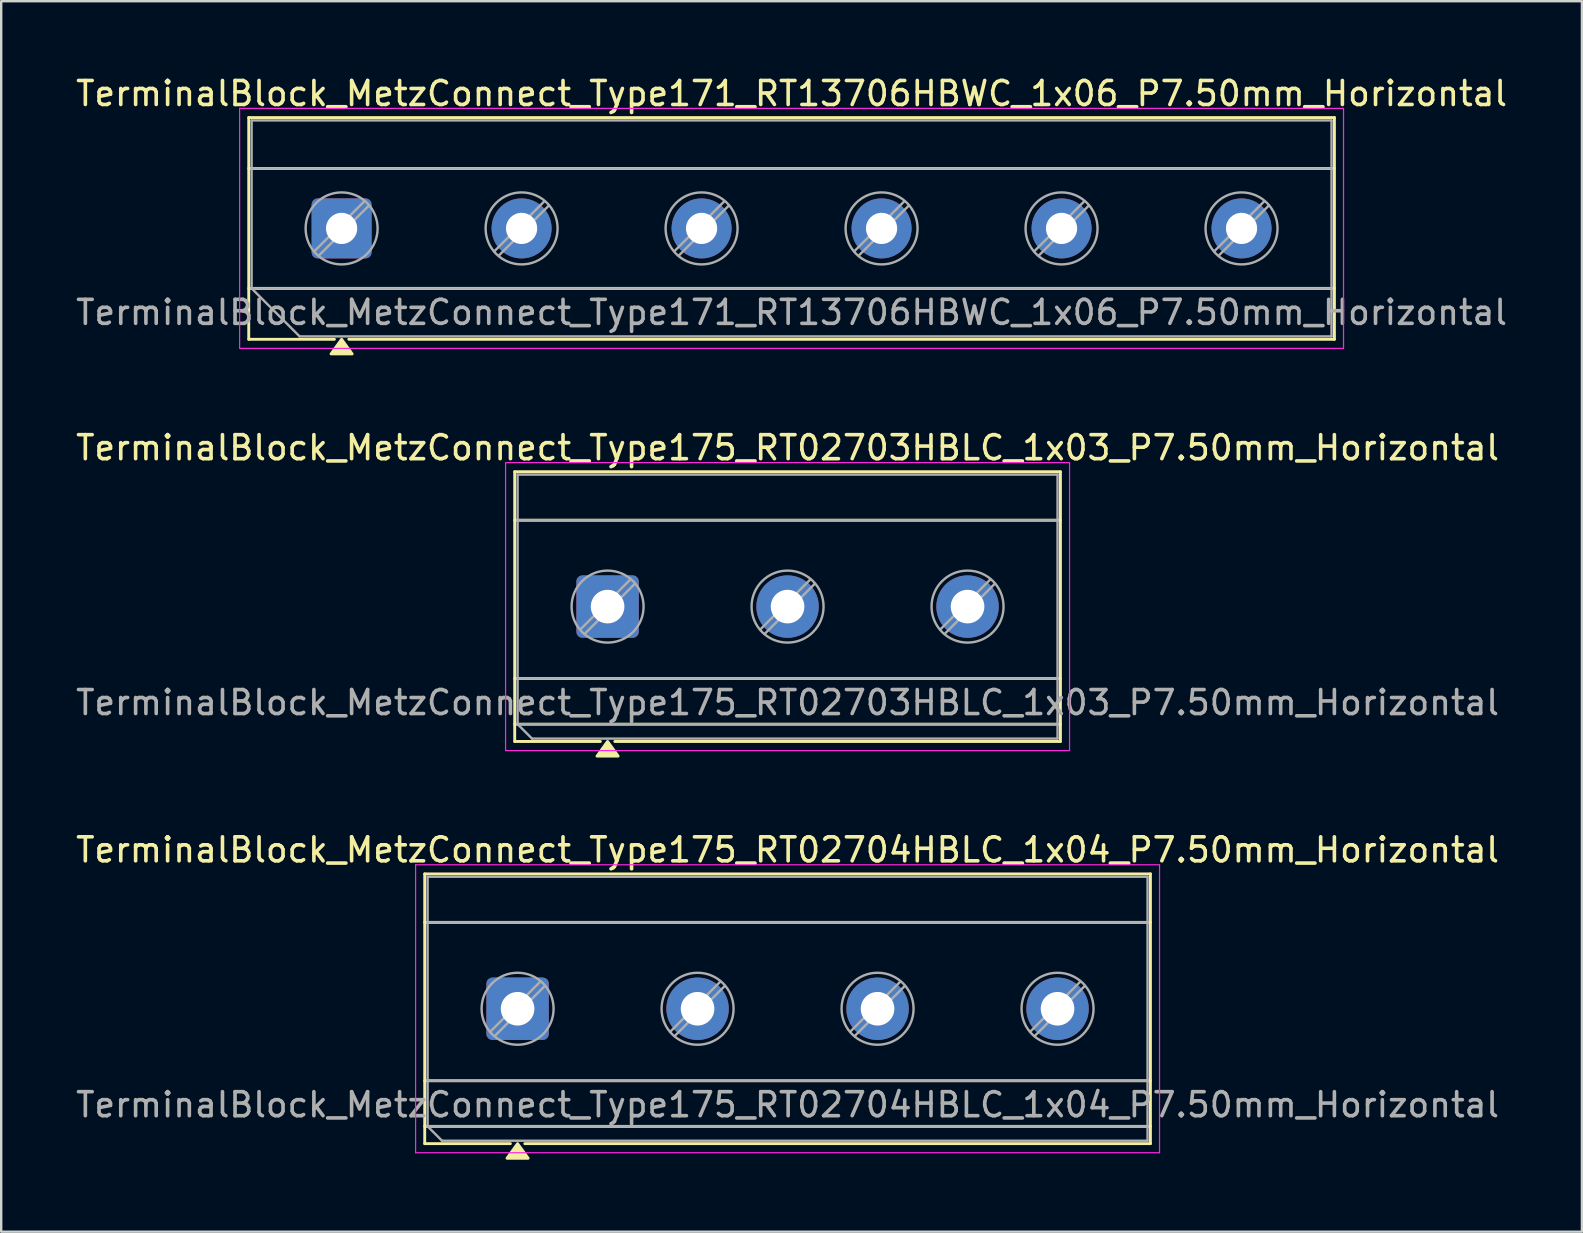
<source format=kicad_pcb>
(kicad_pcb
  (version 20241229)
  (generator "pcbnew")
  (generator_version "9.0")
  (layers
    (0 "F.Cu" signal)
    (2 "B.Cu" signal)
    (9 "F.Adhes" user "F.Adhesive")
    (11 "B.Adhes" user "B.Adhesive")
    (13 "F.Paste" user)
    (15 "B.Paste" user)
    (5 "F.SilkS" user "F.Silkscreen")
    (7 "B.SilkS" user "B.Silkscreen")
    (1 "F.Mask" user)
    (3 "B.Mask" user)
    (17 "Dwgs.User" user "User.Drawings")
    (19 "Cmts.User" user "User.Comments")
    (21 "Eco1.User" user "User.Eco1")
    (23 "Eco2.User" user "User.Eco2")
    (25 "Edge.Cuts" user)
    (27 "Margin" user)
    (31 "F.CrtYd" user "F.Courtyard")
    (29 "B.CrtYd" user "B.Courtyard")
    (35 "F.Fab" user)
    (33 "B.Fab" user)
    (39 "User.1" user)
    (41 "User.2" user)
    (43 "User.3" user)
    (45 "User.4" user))
  (footprint "TerminalBlock_MetzConnect_Type175_RT02704HBLC_1x04_P7.50mm_Horizontal"
    (layer "F.Cu")
    (at 18.518 38.985)
    (property "Reference" "TerminalBlock_MetzConnect_Type175_RT02704HBLC_1x04_P7.50mm_Horizontal" (at 11.25 -6.62 0) (layer "F.SilkS") (effects (font (size 1 1) (thickness 0.15))))
    (attr through_hole)
    (fp_line (start -3.87 -5.62) (end -3.87 5.62) (stroke (width 0.12) (type solid)) (layer "F.SilkS"))
    (fp_line (start -3.87 -5.62) (end 26.37 -5.62) (stroke (width 0.12) (type solid)) (layer "F.SilkS"))
    (fp_line (start -3.87 -3.6) (end 26.37 -3.6) (stroke (width 0.12) (type solid)) (layer "F.SilkS"))
    (fp_line (start -3.87 3) (end 26.37 3) (stroke (width 0.12) (type solid)) (layer "F.SilkS"))
    (fp_line (start -3.87 4.9) (end 26.37 4.9) (stroke (width 0.12) (type solid)) (layer "F.SilkS"))
    (fp_line (start -3.87 5.62) (end -0.3 5.62) (stroke (width 0.12) (type solid)) (layer "F.SilkS"))
    (fp_line (start 0.3 5.62) (end 26.37 5.62) (stroke (width 0.12) (type solid)) (layer "F.SilkS"))
    (fp_line (start 26.37 -5.62) (end 26.37 5.62) (stroke (width 0.12) (type solid)) (layer "F.SilkS"))
    (fp_poly (pts (xy 0 5.62) (xy 0.44 6.23) (xy -0.44 6.23)) (stroke (width 0.12) (type solid)) (fill yes) (layer "F.SilkS"))
    (fp_line (start -4.25 -6) (end -4.25 6) (stroke (width 0.05) (type solid)) (layer "F.CrtYd"))
    (fp_line (start -4.25 6) (end 26.75 6) (stroke (width 0.05) (type solid)) (layer "F.CrtYd"))
    (fp_line (start 26.75 -6) (end -4.25 -6) (stroke (width 0.05) (type solid)) (layer "F.CrtYd"))
    (fp_line (start 26.75 6) (end 26.75 -6) (stroke (width 0.05) (type solid)) (layer "F.CrtYd"))
    (fp_line (start -3.75 -5.5) (end 26.25 -5.5) (stroke (width 0.1) (type solid)) (layer "F.Fab"))
    (fp_line (start -3.75 -3.6) (end 26.25 -3.6) (stroke (width 0.1) (type solid)) (layer "F.Fab"))
    (fp_line (start -3.75 3) (end 26.25 3) (stroke (width 0.1) (type solid)) (layer "F.Fab"))
    (fp_line (start -3.75 4.9) (end -3.75 -5.5) (stroke (width 0.1) (type solid)) (layer "F.Fab"))
    (fp_line (start -3.75 4.9) (end 26.25 4.9) (stroke (width 0.1) (type solid)) (layer "F.Fab"))
    (fp_line (start -3.15 5.5) (end -3.75 4.9) (stroke (width 0.1) (type solid)) (layer "F.Fab"))
    (fp_line (start 0.955 -1.138) (end -1.138 0.954) (stroke (width 0.1) (type solid)) (layer "F.Fab"))
    (fp_line (start 1.138 -0.954) (end -0.955 1.137) (stroke (width 0.1) (type solid)) (layer "F.Fab"))
    (fp_line (start 8.455 -1.138) (end 6.362 0.954) (stroke (width 0.1) (type solid)) (layer "F.Fab"))
    (fp_line (start 8.638 -0.954) (end 6.545 1.137) (stroke (width 0.1) (type solid)) (layer "F.Fab"))
    (fp_line (start 15.955 -1.138) (end 13.862 0.954) (stroke (width 0.1) (type solid)) (layer "F.Fab"))
    (fp_line (start 16.138 -0.954) (end 14.045 1.137) (stroke (width 0.1) (type solid)) (layer "F.Fab"))
    (fp_line (start 23.455 -1.138) (end 21.362 0.954) (stroke (width 0.1) (type solid)) (layer "F.Fab"))
    (fp_line (start 23.638 -0.954) (end 21.545 1.137) (stroke (width 0.1) (type solid)) (layer "F.Fab"))
    (fp_line (start 26.25 -5.5) (end 26.25 5.5) (stroke (width 0.1) (type solid)) (layer "F.Fab"))
    (fp_line (start 26.25 5.5) (end -3.15 5.5) (stroke (width 0.1) (type solid)) (layer "F.Fab"))
    (fp_circle (center 0 0) (end 1.5 0) (stroke (width 0.1) (type solid)) (fill no) (layer "F.Fab"))
    (fp_circle (center 7.5 0) (end 9 0) (stroke (width 0.1) (type solid)) (fill no) (layer "F.Fab"))
    (fp_circle (center 15 0) (end 16.5 0) (stroke (width 0.1) (type solid)) (fill no) (layer "F.Fab"))
    (fp_circle (center 22.5 0) (end 24 0) (stroke (width 0.1) (type solid)) (fill no) (layer "F.Fab"))
    (fp_text user "${REFERENCE}" (at 11.25 4 0) (layer "F.Fab") (effects (font (size 1 1) (thickness 0.15))))
    (pad "1" thru_hole roundrect (at 0 0) (size 2.6 2.6) (drill 1.4) (layers "*.Cu" "*.Mask") (roundrect_rratio 0.096))
    (pad "2" thru_hole circle (at 7.5 0) (size 2.6 2.6) (drill 1.4) (layers "*.Cu" "*.Mask"))
    (pad "3" thru_hole circle (at 15 0) (size 2.6 2.6) (drill 1.4) (layers "*.Cu" "*.Mask"))
    (pad "4" thru_hole circle (at 22.5 0) (size 2.6 2.6) (drill 1.4) (layers "*.Cu" "*.Mask")))
  (footprint "TerminalBlock_MetzConnect_Type171_RT13706HBWC_1x06_P7.50mm_Horizontal"
    (layer "F.Cu")
    (at 11.185 6.468)
    (property "Reference" "TerminalBlock_MetzConnect_Type171_RT13706HBWC_1x06_P7.50mm_Horizontal" (at 18.75 -5.62 0) (layer "F.SilkS") (effects (font (size 1 1) (thickness 0.15))))
    (attr through_hole)
    (fp_line (start -3.87 -4.62) (end -3.87 4.62) (stroke (width 0.12) (type solid)) (layer "F.SilkS"))
    (fp_line (start -3.87 -4.62) (end 41.37 -4.62) (stroke (width 0.12) (type solid)) (layer "F.SilkS"))
    (fp_line (start -3.87 -2.5) (end 41.37 -2.5) (stroke (width 0.12) (type solid)) (layer "F.SilkS"))
    (fp_line (start -3.87 2.5) (end 41.37 2.5) (stroke (width 0.12) (type solid)) (layer "F.SilkS"))
    (fp_line (start -3.87 4.62) (end -0.3 4.62) (stroke (width 0.12) (type solid)) (layer "F.SilkS"))
    (fp_line (start 0.3 4.62) (end 41.37 4.62) (stroke (width 0.12) (type solid)) (layer "F.SilkS"))
    (fp_line (start 41.37 -4.62) (end 41.37 4.62) (stroke (width 0.12) (type solid)) (layer "F.SilkS"))
    (fp_poly (pts (xy 0 4.62) (xy 0.44 5.23) (xy -0.44 5.23)) (stroke (width 0.12) (type solid)) (fill yes) (layer "F.SilkS"))
    (fp_line (start -4.25 -5) (end -4.25 5) (stroke (width 0.05) (type solid)) (layer "F.CrtYd"))
    (fp_line (start -4.25 5) (end 41.75 5) (stroke (width 0.05) (type solid)) (layer "F.CrtYd"))
    (fp_line (start 41.75 -5) (end -4.25 -5) (stroke (width 0.05) (type solid)) (layer "F.CrtYd"))
    (fp_line (start 41.75 5) (end 41.75 -5) (stroke (width 0.05) (type solid)) (layer "F.CrtYd"))
    (fp_line (start -3.75 -4.5) (end 41.25 -4.5) (stroke (width 0.1) (type solid)) (layer "F.Fab"))
    (fp_line (start -3.75 -2.5) (end 41.25 -2.5) (stroke (width 0.1) (type solid)) (layer "F.Fab"))
    (fp_line (start -3.75 2.5) (end -3.75 -4.5) (stroke (width 0.1) (type solid)) (layer "F.Fab"))
    (fp_line (start -3.75 2.5) (end 41.25 2.5) (stroke (width 0.1) (type solid)) (layer "F.Fab"))
    (fp_line (start -1.75 4.5) (end -3.75 2.5) (stroke (width 0.1) (type solid)) (layer "F.Fab"))
    (fp_line (start 0.955 -1.138) (end -1.138 0.954) (stroke (width 0.1) (type solid)) (layer "F.Fab"))
    (fp_line (start 1.138 -0.954) (end -0.955 1.137) (stroke (width 0.1) (type solid)) (layer "F.Fab"))
    (fp_line (start 8.455 -1.138) (end 6.362 0.954) (stroke (width 0.1) (type solid)) (layer "F.Fab"))
    (fp_line (start 8.638 -0.954) (end 6.545 1.137) (stroke (width 0.1) (type solid)) (layer "F.Fab"))
    (fp_line (start 15.955 -1.138) (end 13.862 0.954) (stroke (width 0.1) (type solid)) (layer "F.Fab"))
    (fp_line (start 16.138 -0.954) (end 14.045 1.137) (stroke (width 0.1) (type solid)) (layer "F.Fab"))
    (fp_line (start 23.455 -1.138) (end 21.362 0.954) (stroke (width 0.1) (type solid)) (layer "F.Fab"))
    (fp_line (start 23.638 -0.954) (end 21.545 1.137) (stroke (width 0.1) (type solid)) (layer "F.Fab"))
    (fp_line (start 30.955 -1.138) (end 28.862 0.954) (stroke (width 0.1) (type solid)) (layer "F.Fab"))
    (fp_line (start 31.138 -0.954) (end 29.045 1.137) (stroke (width 0.1) (type solid)) (layer "F.Fab"))
    (fp_line (start 38.455 -1.138) (end 36.362 0.954) (stroke (width 0.1) (type solid)) (layer "F.Fab"))
    (fp_line (start 38.638 -0.954) (end 36.545 1.137) (stroke (width 0.1) (type solid)) (layer "F.Fab"))
    (fp_line (start 41.25 -4.5) (end 41.25 4.5) (stroke (width 0.1) (type solid)) (layer "F.Fab"))
    (fp_line (start 41.25 4.5) (end -1.75 4.5) (stroke (width 0.1) (type solid)) (layer "F.Fab"))
    (fp_circle (center 0 0) (end 1.5 0) (stroke (width 0.1) (type solid)) (fill no) (layer "F.Fab"))
    (fp_circle (center 7.5 0) (end 9 0) (stroke (width 0.1) (type solid)) (fill no) (layer "F.Fab"))
    (fp_circle (center 15 0) (end 16.5 0) (stroke (width 0.1) (type solid)) (fill no) (layer "F.Fab"))
    (fp_circle (center 22.5 0) (end 24 0) (stroke (width 0.1) (type solid)) (fill no) (layer "F.Fab"))
    (fp_circle (center 30 0) (end 31.5 0) (stroke (width 0.1) (type solid)) (fill no) (layer "F.Fab"))
    (fp_circle (center 37.5 0) (end 39 0) (stroke (width 0.1) (type solid)) (fill no) (layer "F.Fab"))
    (fp_text user "${REFERENCE}" (at 18.75 3.5 0) (layer "F.Fab") (effects (font (size 1 1) (thickness 0.15))))
    (pad "1" thru_hole roundrect (at 0 0) (size 2.5 2.5) (drill 1.3) (layers "*.Cu" "*.Mask") (roundrect_rratio 0.1))
    (pad "2" thru_hole circle (at 7.5 0) (size 2.5 2.5) (drill 1.3) (layers "*.Cu" "*.Mask"))
    (pad "3" thru_hole circle (at 15 0) (size 2.5 2.5) (drill 1.3) (layers "*.Cu" "*.Mask"))
    (pad "4" thru_hole circle (at 22.5 0) (size 2.5 2.5) (drill 1.3) (layers "*.Cu" "*.Mask"))
    (pad "5" thru_hole circle (at 30 0) (size 2.5 2.5) (drill 1.3) (layers "*.Cu" "*.Mask"))
    (pad "6" thru_hole circle (at 37.5 0) (size 2.5 2.5) (drill 1.3) (layers "*.Cu" "*.Mask")))
  (footprint "TerminalBlock_MetzConnect_Type175_RT02703HBLC_1x03_P7.50mm_Horizontal"
    (layer "F.Cu")
    (at 22.268 22.227)
    (property "Reference" "TerminalBlock_MetzConnect_Type175_RT02703HBLC_1x03_P7.50mm_Horizontal" (at 7.5 -6.62 0) (layer "F.SilkS") (effects (font (size 1 1) (thickness 0.15))))
    (attr through_hole)
    (fp_line (start -3.87 -5.62) (end -3.87 5.62) (stroke (width 0.12) (type solid)) (layer "F.SilkS"))
    (fp_line (start -3.87 -5.62) (end 18.87 -5.62) (stroke (width 0.12) (type solid)) (layer "F.SilkS"))
    (fp_line (start -3.87 -3.6) (end 18.87 -3.6) (stroke (width 0.12) (type solid)) (layer "F.SilkS"))
    (fp_line (start -3.87 3) (end 18.87 3) (stroke (width 0.12) (type solid)) (layer "F.SilkS"))
    (fp_line (start -3.87 4.9) (end 18.87 4.9) (stroke (width 0.12) (type solid)) (layer "F.SilkS"))
    (fp_line (start -3.87 5.62) (end -0.3 5.62) (stroke (width 0.12) (type solid)) (layer "F.SilkS"))
    (fp_line (start 0.3 5.62) (end 18.87 5.62) (stroke (width 0.12) (type solid)) (layer "F.SilkS"))
    (fp_line (start 18.87 -5.62) (end 18.87 5.62) (stroke (width 0.12) (type solid)) (layer "F.SilkS"))
    (fp_poly (pts (xy 0 5.62) (xy 0.44 6.23) (xy -0.44 6.23)) (stroke (width 0.12) (type solid)) (fill yes) (layer "F.SilkS"))
    (fp_line (start -4.25 -6) (end -4.25 6) (stroke (width 0.05) (type solid)) (layer "F.CrtYd"))
    (fp_line (start -4.25 6) (end 19.25 6) (stroke (width 0.05) (type solid)) (layer "F.CrtYd"))
    (fp_line (start 19.25 -6) (end -4.25 -6) (stroke (width 0.05) (type solid)) (layer "F.CrtYd"))
    (fp_line (start 19.25 6) (end 19.25 -6) (stroke (width 0.05) (type solid)) (layer "F.CrtYd"))
    (fp_line (start -3.75 -5.5) (end 18.75 -5.5) (stroke (width 0.1) (type solid)) (layer "F.Fab"))
    (fp_line (start -3.75 -3.6) (end 18.75 -3.6) (stroke (width 0.1) (type solid)) (layer "F.Fab"))
    (fp_line (start -3.75 3) (end 18.75 3) (stroke (width 0.1) (type solid)) (layer "F.Fab"))
    (fp_line (start -3.75 4.9) (end -3.75 -5.5) (stroke (width 0.1) (type solid)) (layer "F.Fab"))
    (fp_line (start -3.75 4.9) (end 18.75 4.9) (stroke (width 0.1) (type solid)) (layer "F.Fab"))
    (fp_line (start -3.15 5.5) (end -3.75 4.9) (stroke (width 0.1) (type solid)) (layer "F.Fab"))
    (fp_line (start 0.955 -1.138) (end -1.138 0.954) (stroke (width 0.1) (type solid)) (layer "F.Fab"))
    (fp_line (start 1.138 -0.954) (end -0.955 1.137) (stroke (width 0.1) (type solid)) (layer "F.Fab"))
    (fp_line (start 8.455 -1.138) (end 6.362 0.954) (stroke (width 0.1) (type solid)) (layer "F.Fab"))
    (fp_line (start 8.638 -0.954) (end 6.545 1.137) (stroke (width 0.1) (type solid)) (layer "F.Fab"))
    (fp_line (start 15.955 -1.138) (end 13.862 0.954) (stroke (width 0.1) (type solid)) (layer "F.Fab"))
    (fp_line (start 16.138 -0.954) (end 14.045 1.137) (stroke (width 0.1) (type solid)) (layer "F.Fab"))
    (fp_line (start 18.75 -5.5) (end 18.75 5.5) (stroke (width 0.1) (type solid)) (layer "F.Fab"))
    (fp_line (start 18.75 5.5) (end -3.15 5.5) (stroke (width 0.1) (type solid)) (layer "F.Fab"))
    (fp_circle (center 0 0) (end 1.5 0) (stroke (width 0.1) (type solid)) (fill no) (layer "F.Fab"))
    (fp_circle (center 7.5 0) (end 9 0) (stroke (width 0.1) (type solid)) (fill no) (layer "F.Fab"))
    (fp_circle (center 15 0) (end 16.5 0) (stroke (width 0.1) (type solid)) (fill no) (layer "F.Fab"))
    (fp_text user "${REFERENCE}" (at 7.5 4 0) (layer "F.Fab") (effects (font (size 1 1) (thickness 0.15))))
    (pad "1" thru_hole roundrect (at 0 0) (size 2.6 2.6) (drill 1.4) (layers "*.Cu" "*.Mask") (roundrect_rratio 0.096))
    (pad "2" thru_hole circle (at 7.5 0) (size 2.6 2.6) (drill 1.4) (layers "*.Cu" "*.Mask"))
    (pad "3" thru_hole circle (at 15 0) (size 2.6 2.6) (drill 1.4) (layers "*.Cu" "*.Mask")))
  (gr_rect
    (start -3 -3)
    (end 62.869 48.275)
    (stroke (width 0.1) (type default))
    (fill no)
    (layer "Edge.Cuts")))
</source>
